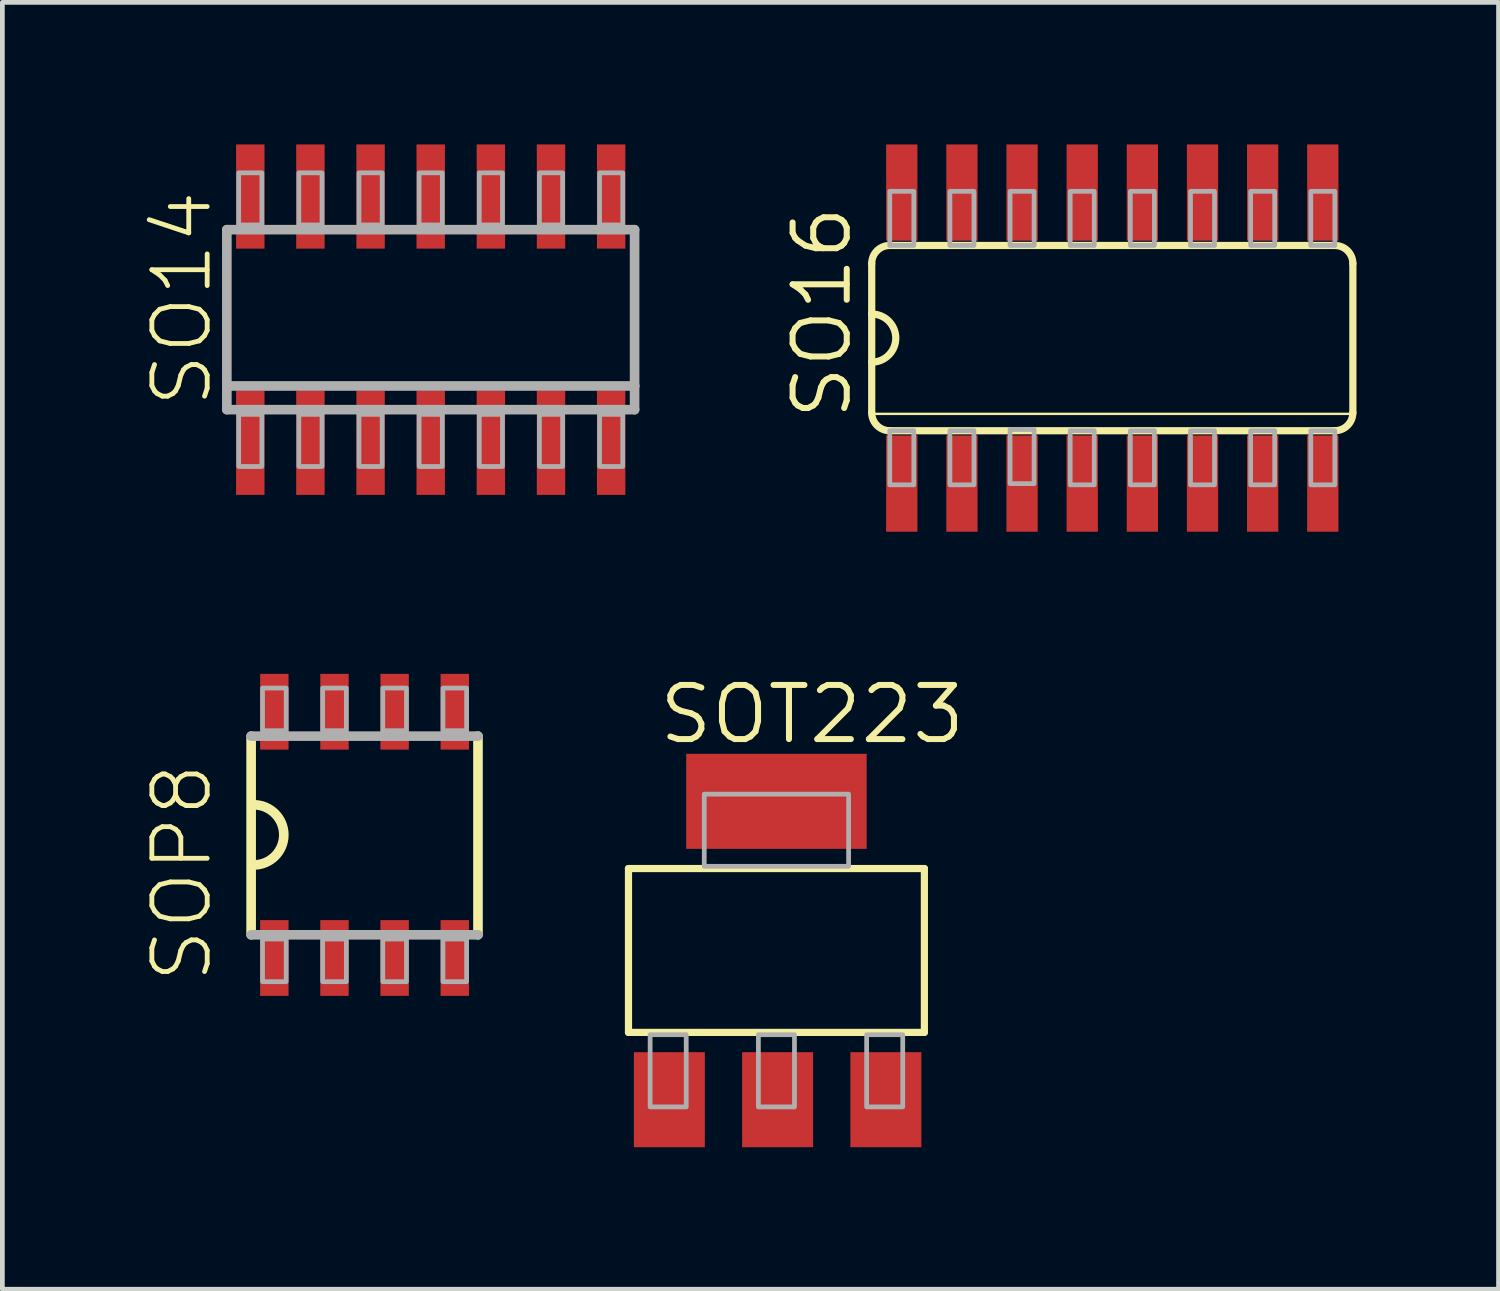
<source format=kicad_pcb>
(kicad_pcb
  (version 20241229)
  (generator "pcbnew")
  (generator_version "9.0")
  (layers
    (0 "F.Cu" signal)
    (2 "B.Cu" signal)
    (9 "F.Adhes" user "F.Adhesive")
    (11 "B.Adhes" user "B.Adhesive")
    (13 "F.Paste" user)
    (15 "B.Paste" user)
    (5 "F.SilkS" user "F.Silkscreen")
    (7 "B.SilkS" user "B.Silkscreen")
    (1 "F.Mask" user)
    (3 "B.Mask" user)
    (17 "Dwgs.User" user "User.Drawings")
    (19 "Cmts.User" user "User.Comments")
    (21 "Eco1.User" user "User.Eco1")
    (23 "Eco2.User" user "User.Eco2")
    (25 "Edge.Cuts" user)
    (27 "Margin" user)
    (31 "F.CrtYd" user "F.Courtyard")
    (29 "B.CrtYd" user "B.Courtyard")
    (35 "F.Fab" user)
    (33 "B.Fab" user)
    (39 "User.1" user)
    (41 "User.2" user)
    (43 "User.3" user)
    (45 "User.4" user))
  (footprint "SO16"
    (layer "F.Cu")
    (at 20.437 4.089)
    (property "Reference" "SO16" (at -5.461 1.778 90) (layer "F.SilkS") (effects (font (size 1.143 1.143) (thickness 0.127)) (justify left bottom)))
    (fp_line (start -5.08 -1.575) (end -5.08 1.575) (stroke (width 0.152) (type solid)) (layer "F.SilkS"))
    (fp_line (start -5.08 1.6) (end 5.08 1.6) (stroke (width 0.051) (type solid)) (layer "F.SilkS"))
    (fp_line (start -4.699 1.956) (end 4.699 1.956) (stroke (width 0.152) (type solid)) (layer "F.SilkS"))
    (fp_line (start 4.699 -1.956) (end -4.699 -1.956) (stroke (width 0.152) (type solid)) (layer "F.SilkS"))
    (fp_line (start 5.08 1.575) (end 5.08 -1.575) (stroke (width 0.152) (type solid)) (layer "F.SilkS"))
    (fp_arc (start -5.08 -1.5748) (mid -4.968408 -1.844208) (end -4.699 -1.9558) (stroke (width 0.1524) (type solid)) (layer "F.SilkS"))
    (fp_arc (start -5.08 -0.508) (mid -4.572 0) (end -5.08 0.508) (stroke (width 0.1524) (type solid)) (layer "F.SilkS"))
    (fp_arc (start -4.699 1.9558) (mid -4.968408 1.844208) (end -5.08 1.5748) (stroke (width 0.1524) (type solid)) (layer "F.SilkS"))
    (fp_arc (start 4.699 -1.9558) (mid 4.968408 -1.844208) (end 5.08 -1.5748) (stroke (width 0.1524) (type solid)) (layer "F.SilkS"))
    (fp_arc (start 5.08 1.5748) (mid 4.968408 1.844208) (end 4.699 1.9558) (stroke (width 0.1524) (type solid)) (layer "F.SilkS"))
    (fp_poly (pts (xy -4.699 -1.956) (xy -4.191 -1.956) (xy -4.191 -3.099) (xy -4.699 -3.099)) (stroke (width 0.1) (type solid)) (fill no) (layer "F.Fab"))
    (fp_poly (pts (xy -4.699 3.099) (xy -4.191 3.099) (xy -4.191 1.956) (xy -4.699 1.956)) (stroke (width 0.1) (type solid)) (fill no) (layer "F.Fab"))
    (fp_poly (pts (xy -3.429 -1.956) (xy -2.921 -1.956) (xy -2.921 -3.099) (xy -3.429 -3.099)) (stroke (width 0.1) (type solid)) (fill no) (layer "F.Fab"))
    (fp_poly (pts (xy -3.429 3.099) (xy -2.921 3.099) (xy -2.921 1.956) (xy -3.429 1.956)) (stroke (width 0.1) (type solid)) (fill no) (layer "F.Fab"))
    (fp_poly (pts (xy -2.159 -1.956) (xy -1.651 -1.956) (xy -1.651 -3.099) (xy -2.159 -3.099)) (stroke (width 0.1) (type solid)) (fill no) (layer "F.Fab"))
    (fp_poly (pts (xy -2.159 3.073) (xy -1.651 3.073) (xy -1.651 1.93) (xy -2.159 1.93)) (stroke (width 0.1) (type solid)) (fill no) (layer "F.Fab"))
    (fp_poly (pts (xy -0.889 -1.956) (xy -0.381 -1.956) (xy -0.381 -3.099) (xy -0.889 -3.099)) (stroke (width 0.1) (type solid)) (fill no) (layer "F.Fab"))
    (fp_poly (pts (xy -0.889 3.099) (xy -0.381 3.099) (xy -0.381 1.956) (xy -0.889 1.956)) (stroke (width 0.1) (type solid)) (fill no) (layer "F.Fab"))
    (fp_poly (pts (xy 0.381 -1.956) (xy 0.889 -1.956) (xy 0.889 -3.099) (xy 0.381 -3.099)) (stroke (width 0.1) (type solid)) (fill no) (layer "F.Fab"))
    (fp_poly (pts (xy 0.381 3.099) (xy 0.889 3.099) (xy 0.889 1.956) (xy 0.381 1.956)) (stroke (width 0.1) (type solid)) (fill no) (layer "F.Fab"))
    (fp_poly (pts (xy 1.651 -1.956) (xy 2.159 -1.956) (xy 2.159 -3.099) (xy 1.651 -3.099)) (stroke (width 0.1) (type solid)) (fill no) (layer "F.Fab"))
    (fp_poly (pts (xy 1.651 3.099) (xy 2.159 3.099) (xy 2.159 1.956) (xy 1.651 1.956)) (stroke (width 0.1) (type solid)) (fill no) (layer "F.Fab"))
    (fp_poly (pts (xy 2.921 -1.956) (xy 3.429 -1.956) (xy 3.429 -3.099) (xy 2.921 -3.099)) (stroke (width 0.1) (type solid)) (fill no) (layer "F.Fab"))
    (fp_poly (pts (xy 2.921 3.099) (xy 3.429 3.099) (xy 3.429 1.956) (xy 2.921 1.956)) (stroke (width 0.1) (type solid)) (fill no) (layer "F.Fab"))
    (fp_poly (pts (xy 4.191 -1.956) (xy 4.699 -1.956) (xy 4.699 -3.099) (xy 4.191 -3.099)) (stroke (width 0.1) (type solid)) (fill no) (layer "F.Fab"))
    (fp_poly (pts (xy 4.191 3.099) (xy 4.699 3.099) (xy 4.699 1.956) (xy 4.191 1.956)) (stroke (width 0.1) (type solid)) (fill no) (layer "F.Fab"))
    (pad "1" smd rect (at -4.445 3.073) (size 0.66 2.032) (layers "F.Cu" "F.Mask" "F.Paste"))
    (pad "2" smd rect (at -3.175 3.073) (size 0.66 2.032) (layers "F.Cu" "F.Mask" "F.Paste"))
    (pad "3" smd rect (at -1.905 3.073) (size 0.66 2.032) (layers "F.Cu" "F.Mask" "F.Paste"))
    (pad "4" smd rect (at -0.635 3.073) (size 0.66 2.032) (layers "F.Cu" "F.Mask" "F.Paste"))
    (pad "5" smd rect (at 0.635 3.073) (size 0.66 2.032) (layers "F.Cu" "F.Mask" "F.Paste"))
    (pad "6" smd rect (at 1.905 3.073) (size 0.66 2.032) (layers "F.Cu" "F.Mask" "F.Paste"))
    (pad "7" smd rect (at 3.175 3.073) (size 0.66 2.032) (layers "F.Cu" "F.Mask" "F.Paste"))
    (pad "8" smd rect (at 4.445 3.073) (size 0.66 2.032) (layers "F.Cu" "F.Mask" "F.Paste"))
    (pad "9" smd rect (at 4.445 -3.073) (size 0.66 2.032) (layers "F.Cu" "F.Mask" "F.Paste"))
    (pad "10" smd rect (at 3.175 -3.073) (size 0.66 2.032) (layers "F.Cu" "F.Mask" "F.Paste"))
    (pad "11" smd rect (at 1.905 -3.073) (size 0.66 2.032) (layers "F.Cu" "F.Mask" "F.Paste"))
    (pad "12" smd rect (at 0.635 -3.073) (size 0.66 2.032) (layers "F.Cu" "F.Mask" "F.Paste"))
    (pad "13" smd rect (at -0.635 -3.073) (size 0.66 2.032) (layers "F.Cu" "F.Mask" "F.Paste"))
    (pad "14" smd rect (at -1.905 -3.073) (size 0.66 2.032) (layers "F.Cu" "F.Mask" "F.Paste"))
    (pad "15" smd rect (at -3.175 -3.073) (size 0.66 2.032) (layers "F.Cu" "F.Mask" "F.Paste"))
    (pad "16" smd rect (at -4.445 -3.073) (size 0.66 2.032) (layers "F.Cu" "F.Mask" "F.Paste")))
  (footprint "SO14"
    (layer "F.Cu")
    (at 6.045 3.7)
    (property "Reference" "SO14" (at -4.572 1.905 90) (layer "F.SilkS") (effects (font (size 1.168 1.168) (thickness 0.102)) (justify left bottom)))
    (fp_line (start -4.305 -1.9) (end 4.305 -1.9) (stroke (width 0.203) (type solid)) (layer "F.Fab"))
    (fp_line (start -4.305 1.4) (end -4.305 -1.9) (stroke (width 0.203) (type solid)) (layer "F.Fab"))
    (fp_line (start -4.305 1.9) (end -4.305 1.4) (stroke (width 0.203) (type solid)) (layer "F.Fab"))
    (fp_line (start 4.305 -1.9) (end 4.305 1.4) (stroke (width 0.203) (type solid)) (layer "F.Fab"))
    (fp_line (start 4.305 1.4) (end -4.305 1.4) (stroke (width 0.203) (type solid)) (layer "F.Fab"))
    (fp_line (start 4.305 1.4) (end 4.305 1.9) (stroke (width 0.203) (type solid)) (layer "F.Fab"))
    (fp_line (start 4.305 1.9) (end -4.305 1.9) (stroke (width 0.203) (type solid)) (layer "F.Fab"))
    (fp_poly (pts (xy -4.055 -2) (xy -3.565 -2) (xy -3.565 -3.1) (xy -4.055 -3.1)) (stroke (width 0.1) (type solid)) (fill no) (layer "F.Fab"))
    (fp_poly (pts (xy -4.055 3.1) (xy -3.565 3.1) (xy -3.565 2) (xy -4.055 2)) (stroke (width 0.1) (type solid)) (fill no) (layer "F.Fab"))
    (fp_poly (pts (xy -2.785 -2) (xy -2.295 -2) (xy -2.295 -3.1) (xy -2.785 -3.1)) (stroke (width 0.1) (type solid)) (fill no) (layer "F.Fab"))
    (fp_poly (pts (xy -2.785 3.1) (xy -2.295 3.1) (xy -2.295 2) (xy -2.785 2)) (stroke (width 0.1) (type solid)) (fill no) (layer "F.Fab"))
    (fp_poly (pts (xy -1.515 -2) (xy -1.025 -2) (xy -1.025 -3.1) (xy -1.515 -3.1)) (stroke (width 0.1) (type solid)) (fill no) (layer "F.Fab"))
    (fp_poly (pts (xy -1.515 3.1) (xy -1.025 3.1) (xy -1.025 2) (xy -1.515 2)) (stroke (width 0.1) (type solid)) (fill no) (layer "F.Fab"))
    (fp_poly (pts (xy -0.245 -2) (xy 0.245 -2) (xy 0.245 -3.1) (xy -0.245 -3.1)) (stroke (width 0.1) (type solid)) (fill no) (layer "F.Fab"))
    (fp_poly (pts (xy -0.245 3.1) (xy 0.245 3.1) (xy 0.245 2) (xy -0.245 2)) (stroke (width 0.1) (type solid)) (fill no) (layer "F.Fab"))
    (fp_poly (pts (xy 1.025 -2) (xy 1.515 -2) (xy 1.515 -3.1) (xy 1.025 -3.1)) (stroke (width 0.1) (type solid)) (fill no) (layer "F.Fab"))
    (fp_poly (pts (xy 1.025 3.1) (xy 1.515 3.1) (xy 1.515 2) (xy 1.025 2)) (stroke (width 0.1) (type solid)) (fill no) (layer "F.Fab"))
    (fp_poly (pts (xy 2.295 -2) (xy 2.785 -2) (xy 2.785 -3.1) (xy 2.295 -3.1)) (stroke (width 0.1) (type solid)) (fill no) (layer "F.Fab"))
    (fp_poly (pts (xy 2.295 3.1) (xy 2.785 3.1) (xy 2.785 2) (xy 2.295 2)) (stroke (width 0.1) (type solid)) (fill no) (layer "F.Fab"))
    (fp_poly (pts (xy 3.565 -2) (xy 4.055 -2) (xy 4.055 -3.1) (xy 3.565 -3.1)) (stroke (width 0.1) (type solid)) (fill no) (layer "F.Fab"))
    (fp_poly (pts (xy 3.565 3.1) (xy 4.055 3.1) (xy 4.055 2) (xy 3.565 2)) (stroke (width 0.1) (type solid)) (fill no) (layer "F.Fab"))
    (pad "1" smd rect (at -3.81 2.6) (size 0.6 2.2) (layers "F.Cu" "F.Mask" "F.Paste"))
    (pad "2" smd rect (at -2.54 2.6) (size 0.6 2.2) (layers "F.Cu" "F.Mask" "F.Paste"))
    (pad "3" smd rect (at -1.27 2.6) (size 0.6 2.2) (layers "F.Cu" "F.Mask" "F.Paste"))
    (pad "4" smd rect (at 0 2.6) (size 0.6 2.2) (layers "F.Cu" "F.Mask" "F.Paste"))
    (pad "5" smd rect (at 1.27 2.6) (size 0.6 2.2) (layers "F.Cu" "F.Mask" "F.Paste"))
    (pad "6" smd rect (at 2.54 2.6) (size 0.6 2.2) (layers "F.Cu" "F.Mask" "F.Paste"))
    (pad "7" smd rect (at 3.81 2.6) (size 0.6 2.2) (layers "F.Cu" "F.Mask" "F.Paste"))
    (pad "8" smd rect (at 3.81 -2.6) (size 0.6 2.2) (layers "F.Cu" "F.Mask" "F.Paste"))
    (pad "9" smd rect (at 2.54 -2.6) (size 0.6 2.2) (layers "F.Cu" "F.Mask" "F.Paste"))
    (pad "10" smd rect (at 1.27 -2.6) (size 0.6 2.2) (layers "F.Cu" "F.Mask" "F.Paste"))
    (pad "11" smd rect (at 0 -2.6) (size 0.6 2.2) (layers "F.Cu" "F.Mask" "F.Paste"))
    (pad "12" smd rect (at -1.27 -2.6) (size 0.6 2.2) (layers "F.Cu" "F.Mask" "F.Paste"))
    (pad "13" smd rect (at -2.54 -2.6) (size 0.6 2.2) (layers "F.Cu" "F.Mask" "F.Paste"))
    (pad "14" smd rect (at -3.81 -2.6) (size 0.6 2.2) (layers "F.Cu" "F.Mask" "F.Paste")))
  (footprint "SOT223"
    (layer "F.Cu")
    (at 13.345 17.021)
    (property "Reference" "SOT223" (at -2.54 -4.318 0) (layer "F.SilkS") (effects (font (size 1.143 1.143) (thickness 0.127)) (justify left bottom)))
    (fp_line (start -3.124 -1.731) (end -3.124 1.729) (stroke (width 0.152) (type solid)) (layer "F.SilkS"))
    (fp_line (start -3.124 -1.731) (end 3.124 -1.731) (stroke (width 0.152) (type solid)) (layer "F.SilkS"))
    (fp_line (start 3.124 1.729) (end -3.124 1.729) (stroke (width 0.152) (type solid)) (layer "F.SilkS"))
    (fp_line (start 3.124 1.729) (end 3.124 -1.731) (stroke (width 0.152) (type solid)) (layer "F.SilkS"))
    (fp_poly (pts (xy -2.667 3.302) (xy -1.905 3.302) (xy -1.905 1.778) (xy -2.667 1.778)) (stroke (width 0.1) (type solid)) (fill no) (layer "F.Fab"))
    (fp_poly (pts (xy -1.524 -1.778) (xy 1.524 -1.778) (xy 1.524 -3.302) (xy -1.524 -3.302)) (stroke (width 0.1) (type solid)) (fill no) (layer "F.Fab"))
    (fp_poly (pts (xy -0.381 3.302) (xy 0.381 3.302) (xy 0.381 1.778) (xy -0.381 1.778)) (stroke (width 0.1) (type solid)) (fill no) (layer "F.Fab"))
    (fp_poly (pts (xy 1.905 3.302) (xy 2.667 3.302) (xy 2.667 1.778) (xy 1.905 1.778)) (stroke (width 0.1) (type solid)) (fill no) (layer "F.Fab"))
    (pad "1" smd rect (at -2.261 3.15) (size 1.499 2.007) (layers "F.Cu" "F.Mask" "F.Paste"))
    (pad "2" smd rect (at 0.025 3.15) (size 1.499 2.007) (layers "F.Cu" "F.Mask" "F.Paste"))
    (pad "3" smd rect (at 2.311 3.15) (size 1.499 2.007) (layers "F.Cu" "F.Mask" "F.Paste"))
    (pad "4" smd rect (at 0 -3.15) (size 3.81 2.007) (layers "F.Cu" "F.Mask" "F.Paste")))
  (footprint "SOP8"
    (layer "F.Cu")
    (at 4.648 14.579)
    (property "Reference" "SOP8" (at -3.175 3.175 90) (layer "F.SilkS") (effects (font (size 1.168 1.168) (thickness 0.102)) (justify left bottom)))
    (fp_line (start -2.395 2.11) (end -2.395 -2.085) (stroke (width 0.203) (type solid)) (layer "F.SilkS"))
    (fp_line (start 2.395 -2.085) (end 2.395 2.11) (stroke (width 0.203) (type solid)) (layer "F.SilkS"))
    (fp_arc (start -2.34 -0.635) (mid -1.705 0) (end -2.34 0.635) (stroke (width 0.2032) (type solid)) (layer "F.SilkS"))
    (fp_line (start -2.395 -2.085) (end 2.395 -2.085) (stroke (width 0.203) (type solid)) (layer "F.Fab"))
    (fp_line (start 2.395 2.11) (end -2.395 2.11) (stroke (width 0.203) (type solid)) (layer "F.Fab"))
    (fp_poly (pts (xy -2.155 -2.2) (xy -1.655 -2.2) (xy -1.655 -3.1) (xy -2.155 -3.1)) (stroke (width 0.1) (type solid)) (fill no) (layer "F.Fab"))
    (fp_poly (pts (xy -2.155 3.1) (xy -1.655 3.1) (xy -1.655 2.2) (xy -2.155 2.2)) (stroke (width 0.1) (type solid)) (fill no) (layer "F.Fab"))
    (fp_poly (pts (xy -0.885 -2.2) (xy -0.385 -2.2) (xy -0.385 -3.1) (xy -0.885 -3.1)) (stroke (width 0.1) (type solid)) (fill no) (layer "F.Fab"))
    (fp_poly (pts (xy -0.885 3.1) (xy -0.385 3.1) (xy -0.385 2.2) (xy -0.885 2.2)) (stroke (width 0.1) (type solid)) (fill no) (layer "F.Fab"))
    (fp_poly (pts (xy 0.385 -2.2) (xy 0.885 -2.2) (xy 0.885 -3.1) (xy 0.385 -3.1)) (stroke (width 0.1) (type solid)) (fill no) (layer "F.Fab"))
    (fp_poly (pts (xy 0.385 3.1) (xy 0.885 3.1) (xy 0.885 2.2) (xy 0.385 2.2)) (stroke (width 0.1) (type solid)) (fill no) (layer "F.Fab"))
    (fp_poly (pts (xy 1.655 -2.2) (xy 2.155 -2.2) (xy 2.155 -3.1) (xy 1.655 -3.1)) (stroke (width 0.1) (type solid)) (fill no) (layer "F.Fab"))
    (fp_poly (pts (xy 1.655 3.1) (xy 2.155 3.1) (xy 2.155 2.2) (xy 1.655 2.2)) (stroke (width 0.1) (type solid)) (fill no) (layer "F.Fab"))
    (pad "1" smd rect (at -1.905 2.6) (size 0.6 1.6) (layers "F.Cu" "F.Mask" "F.Paste"))
    (pad "2" smd rect (at -0.635 2.6) (size 0.6 1.6) (layers "F.Cu" "F.Mask" "F.Paste"))
    (pad "3" smd rect (at 0.635 2.6) (size 0.6 1.6) (layers "F.Cu" "F.Mask" "F.Paste"))
    (pad "4" smd rect (at 1.905 2.6) (size 0.6 1.6) (layers "F.Cu" "F.Mask" "F.Paste"))
    (pad "5" smd rect (at 1.905 -2.6) (size 0.6 1.6) (layers "F.Cu" "F.Mask" "F.Paste"))
    (pad "6" smd rect (at 0.635 -2.6) (size 0.6 1.6) (layers "F.Cu" "F.Mask" "F.Paste"))
    (pad "7" smd rect (at -0.635 -2.6) (size 0.6 1.6) (layers "F.Cu" "F.Mask" "F.Paste"))
    (pad "8" smd rect (at -1.905 -2.6) (size 0.6 1.6) (layers "F.Cu" "F.Mask" "F.Paste")))
  (gr_rect
    (start -3 -3)
    (end 28.593 24.174)
    (stroke (width 0.1) (type default))
    (fill no)
    (layer "Edge.Cuts")))
</source>
